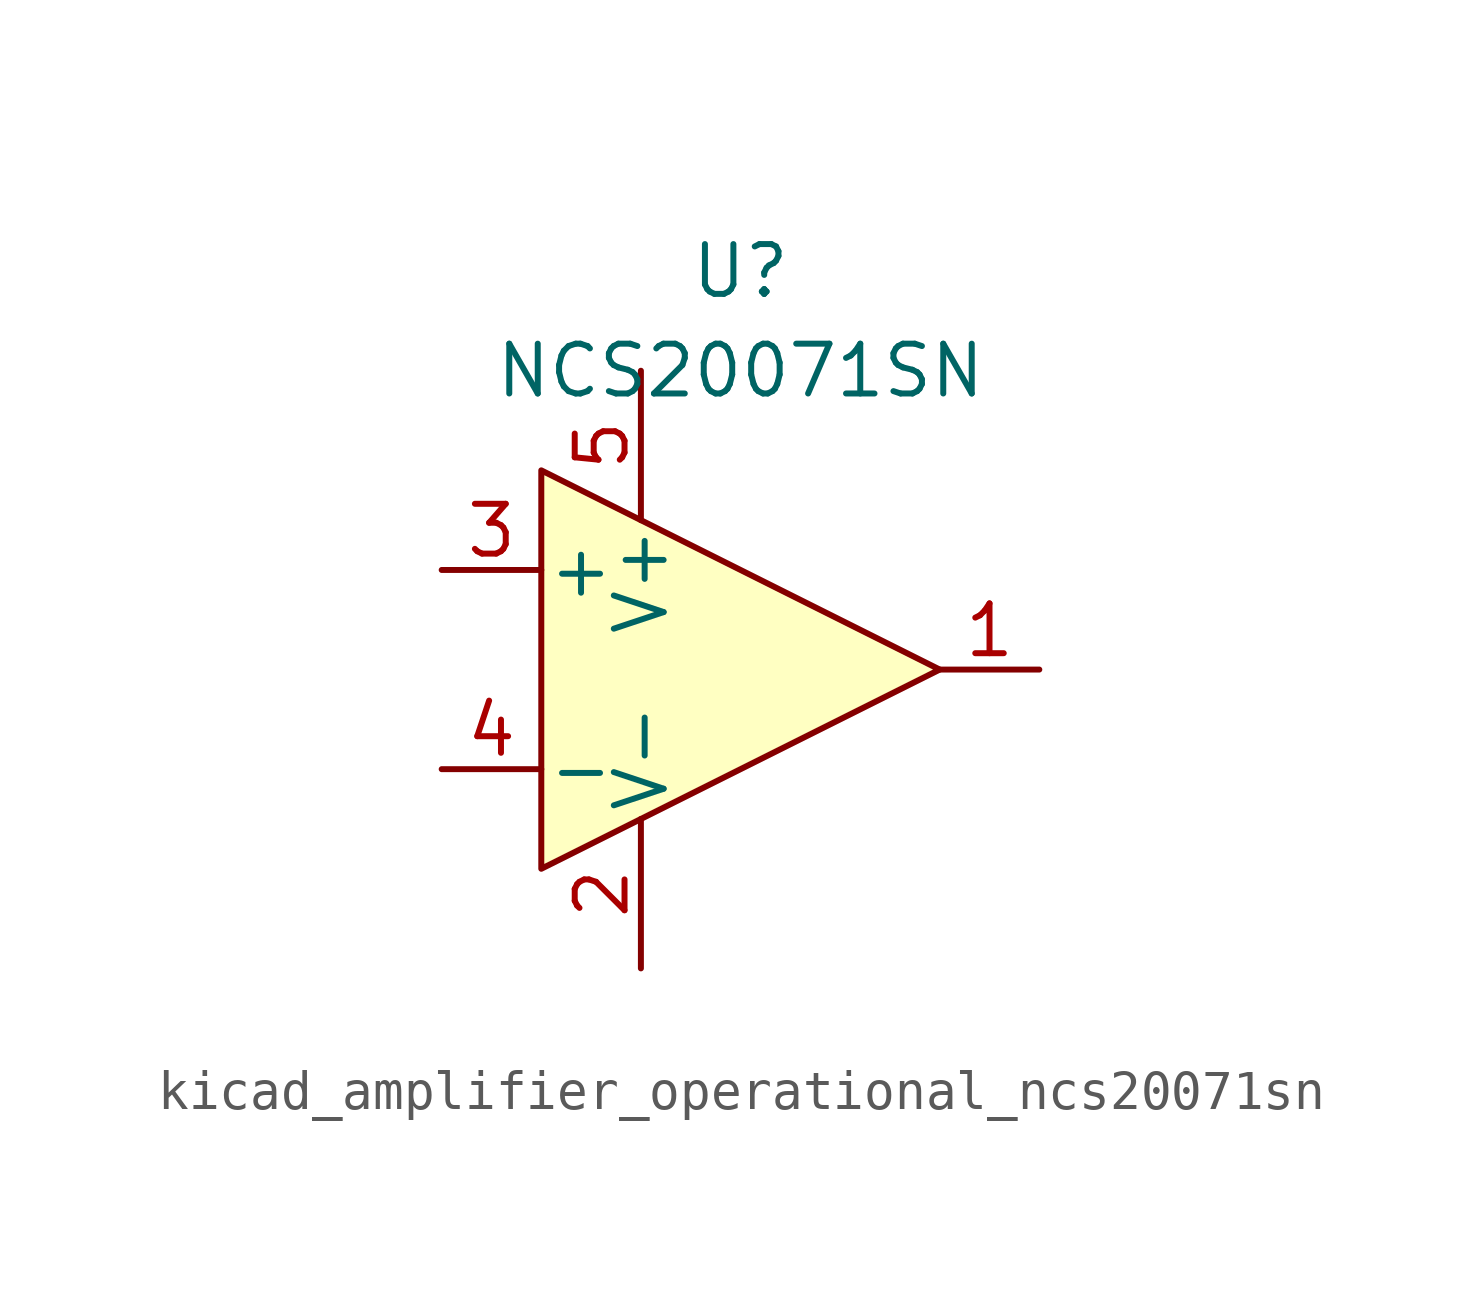
<source format=kicad_sym>
(kicad_symbol_lib
  (version 20220914)
  (generator kicad_symbol_editor)
  (symbol "kicad_amplifier_operational_ncs20071sn"
    (pin_names
      (offset 0.127))
    (property "Reference" "U"
      (at 0 10.16 0)
      (effects (font (size 1.27 1.27))))
    (property "Value" "NCS20071SN"
      (at 0 7.62 0)
      (effects (font (size 1.27 1.27))))
    (symbol "kicad_amplifier_operational_ncs20071sn_1_1"
      (polyline (pts (xy 5.08 0) (xy -5.08 5.08) (xy -5.08 -5.08) (xy 5.08 0)) (stroke (width 0) (type default)) (fill (type background)))
      (pin output line (at 7.62 0 180) (length 2.54) (name "~" (effects (font (size 1.27 1.27)))) (number "1" (effects (font (size 1.27 1.27)))))
      (pin power_in line (at -2.54 -7.62 90) (length 3.81) (name "V-" (effects (font (size 1.27 1.27)))) (number "2" (effects (font (size 1.27 1.27)))))
      (pin input line (at -7.62 2.54 0) (length 2.54) (name "+" (effects (font (size 1.27 1.27)))) (number "3" (effects (font (size 1.27 1.27)))))
      (pin input line (at -7.62 -2.54 0) (length 2.54) (name "-" (effects (font (size 1.27 1.27)))) (number "4" (effects (font (size 1.27 1.27)))))
      (pin power_in line (at -2.54 7.62 270) (length 3.81) (name "V+" (effects (font (size 1.27 1.27)))) (number "5" (effects (font (size 1.27 1.27))))))))
</source>
